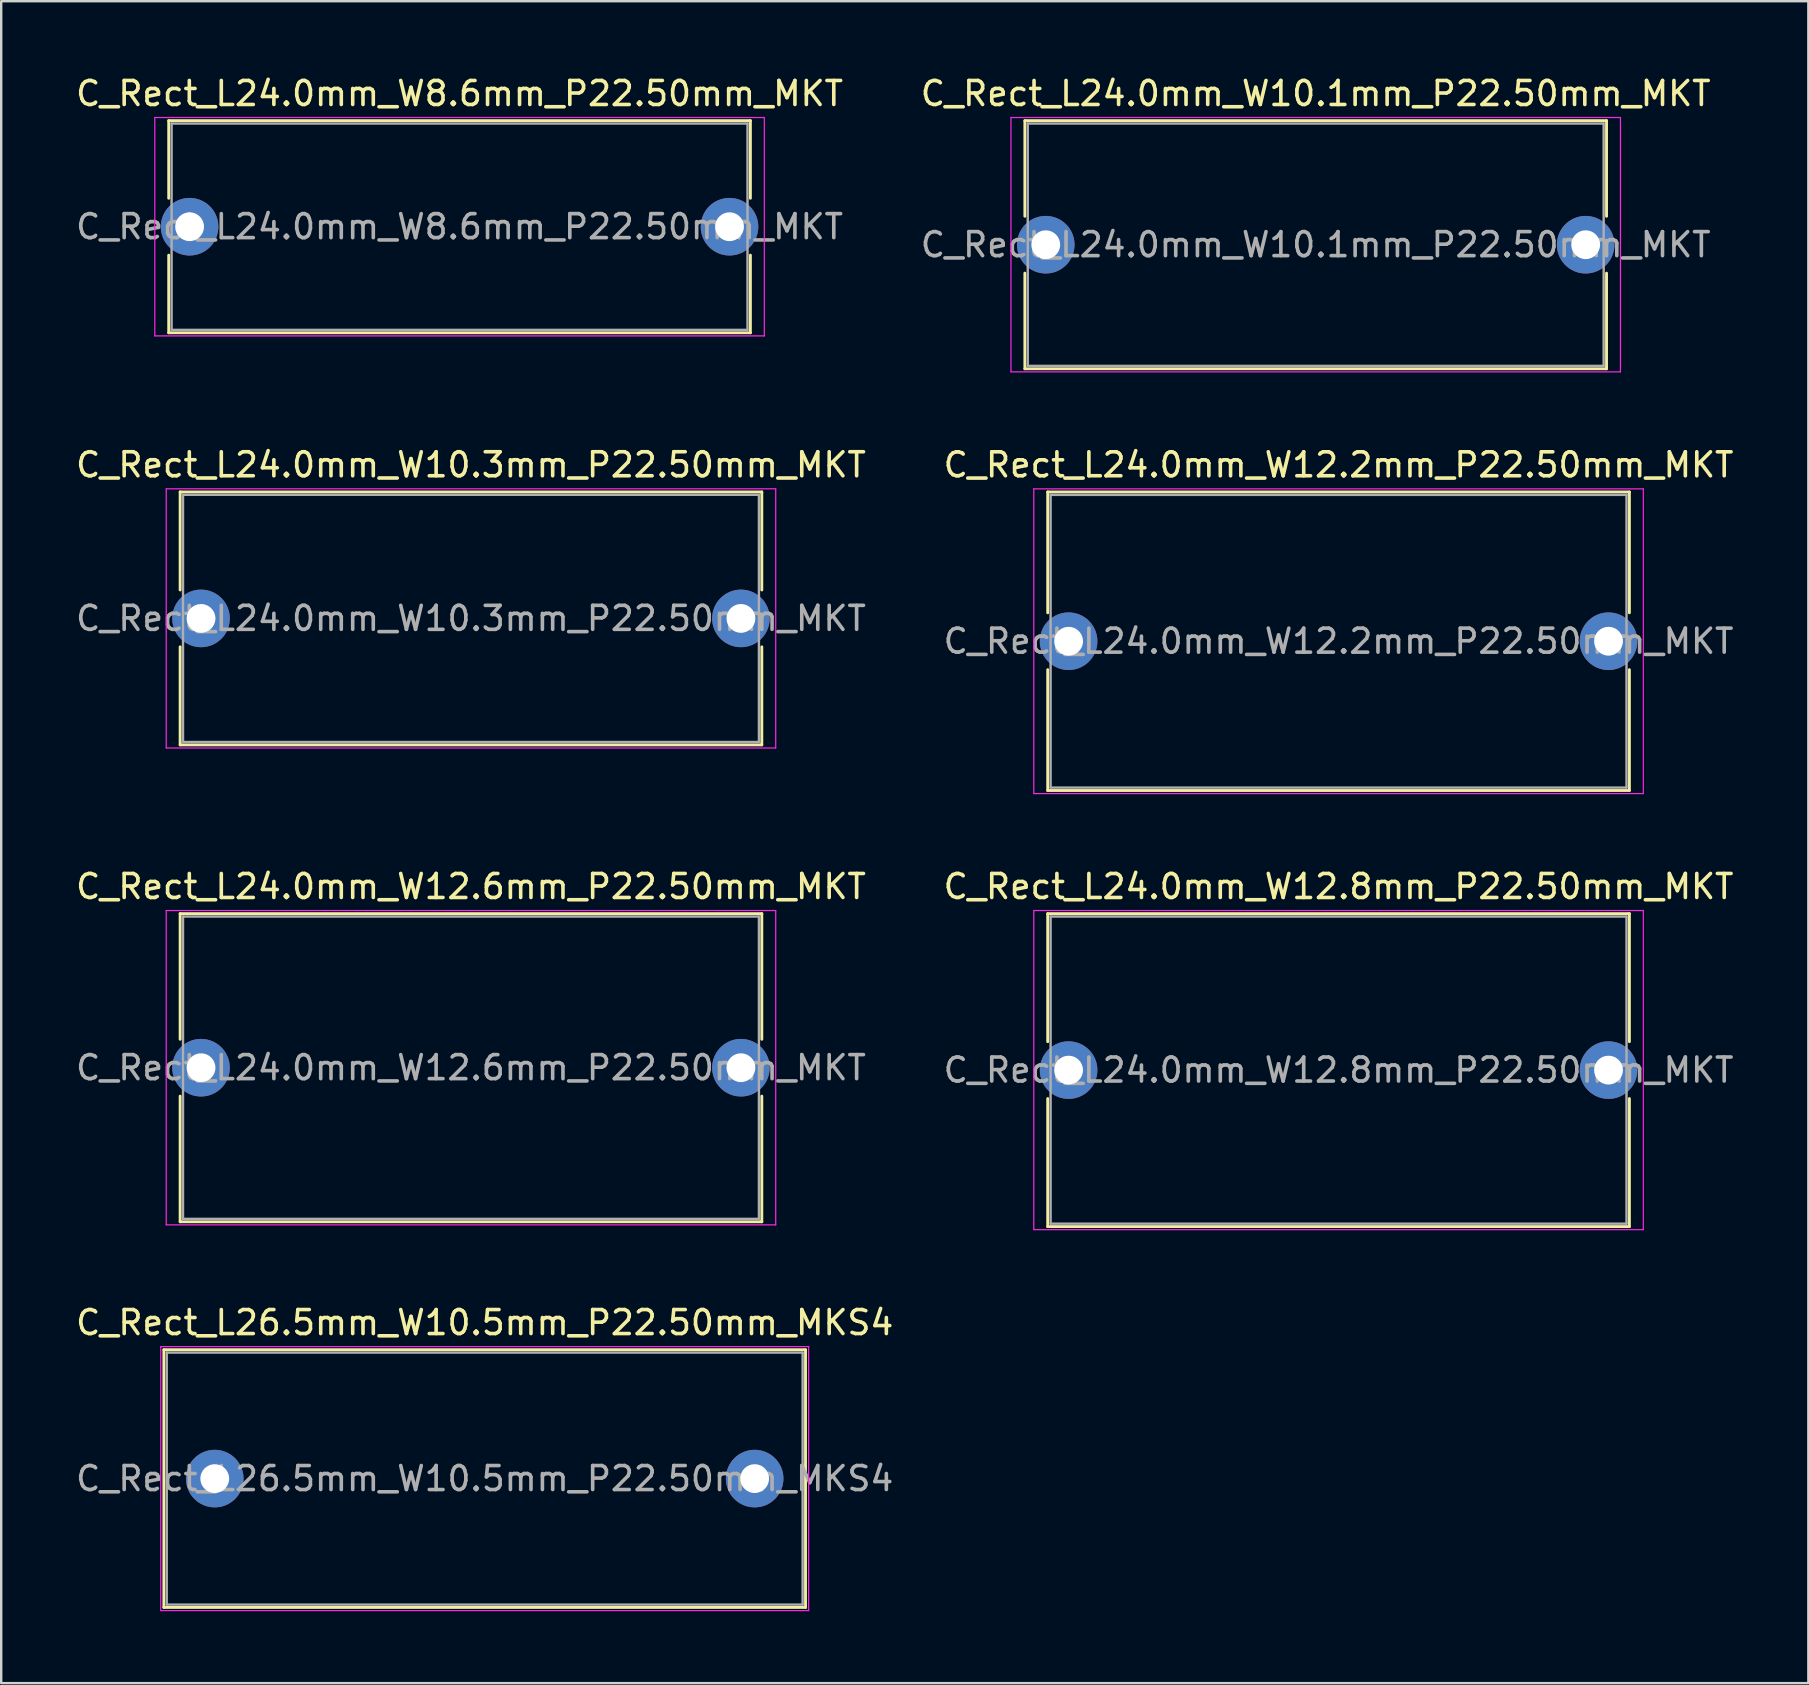
<source format=kicad_pcb>
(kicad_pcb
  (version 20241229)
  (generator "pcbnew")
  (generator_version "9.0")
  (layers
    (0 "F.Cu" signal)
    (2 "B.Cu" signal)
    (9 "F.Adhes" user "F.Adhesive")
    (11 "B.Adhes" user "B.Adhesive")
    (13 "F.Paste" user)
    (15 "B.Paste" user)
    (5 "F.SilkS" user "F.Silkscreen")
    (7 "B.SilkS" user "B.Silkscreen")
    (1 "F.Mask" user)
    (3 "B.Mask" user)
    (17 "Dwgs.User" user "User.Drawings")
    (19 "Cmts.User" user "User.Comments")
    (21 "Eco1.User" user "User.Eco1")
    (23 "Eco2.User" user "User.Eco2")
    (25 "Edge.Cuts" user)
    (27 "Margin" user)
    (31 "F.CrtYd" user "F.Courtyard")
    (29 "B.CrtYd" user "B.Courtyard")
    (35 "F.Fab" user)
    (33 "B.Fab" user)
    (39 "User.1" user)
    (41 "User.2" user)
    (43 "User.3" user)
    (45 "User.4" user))
  (footprint "C_Rect_L24.0mm_W12.2mm_P22.50mm_MKT"
    (layer "F.Cu")
    (at 41.482 23.672)
    (property "Reference" "C_Rect_L24.0mm_W12.2mm_P22.50mm_MKT" (at 11.25 -7.35 0) (layer "F.SilkS") (effects (font (size 1 1) (thickness 0.15))))
    (attr through_hole)
    (fp_line (start -0.87 -6.22) (end -0.87 -1.185) (stroke (width 0.12) (type solid)) (layer "F.SilkS"))
    (fp_line (start -0.87 -6.22) (end 23.37 -6.22) (stroke (width 0.12) (type solid)) (layer "F.SilkS"))
    (fp_line (start -0.87 1.185) (end -0.87 6.22) (stroke (width 0.12) (type solid)) (layer "F.SilkS"))
    (fp_line (start -0.87 6.22) (end 23.37 6.22) (stroke (width 0.12) (type solid)) (layer "F.SilkS"))
    (fp_line (start 23.37 -6.22) (end 23.37 -1.185) (stroke (width 0.12) (type solid)) (layer "F.SilkS"))
    (fp_line (start 23.37 1.185) (end 23.37 6.22) (stroke (width 0.12) (type solid)) (layer "F.SilkS"))
    (fp_line (start -1.45 -6.35) (end -1.45 6.35) (stroke (width 0.05) (type solid)) (layer "F.CrtYd"))
    (fp_line (start -1.45 6.35) (end 23.95 6.35) (stroke (width 0.05) (type solid)) (layer "F.CrtYd"))
    (fp_line (start 23.95 -6.35) (end -1.45 -6.35) (stroke (width 0.05) (type solid)) (layer "F.CrtYd"))
    (fp_line (start 23.95 6.35) (end 23.95 -6.35) (stroke (width 0.05) (type solid)) (layer "F.CrtYd"))
    (fp_line (start -0.75 -6.1) (end -0.75 6.1) (stroke (width 0.1) (type solid)) (layer "F.Fab"))
    (fp_line (start -0.75 6.1) (end 23.25 6.1) (stroke (width 0.1) (type solid)) (layer "F.Fab"))
    (fp_line (start 23.25 -6.1) (end -0.75 -6.1) (stroke (width 0.1) (type solid)) (layer "F.Fab"))
    (fp_line (start 23.25 6.1) (end 23.25 -6.1) (stroke (width 0.1) (type solid)) (layer "F.Fab"))
    (fp_text user "${REFERENCE}" (at 11.25 0 0) (layer "F.Fab") (effects (font (size 1 1) (thickness 0.15))))
    (pad "1" thru_hole circle (at 0 0) (size 2.4 2.4) (drill 1.2) (layers "*.Cu" "*.Mask"))
    (pad "2" thru_hole circle (at 22.5 0) (size 2.4 2.4) (drill 1.2) (layers "*.Cu" "*.Mask")))
  (footprint "C_Rect_L24.0mm_W10.1mm_P22.50mm_MKT"
    (layer "F.Cu")
    (at 40.53 7.148)
    (property "Reference" "C_Rect_L24.0mm_W10.1mm_P22.50mm_MKT" (at 11.25 -6.3 0) (layer "F.SilkS") (effects (font (size 1 1) (thickness 0.15))))
    (attr through_hole)
    (fp_line (start -0.87 -5.17) (end -0.87 -1.185) (stroke (width 0.12) (type solid)) (layer "F.SilkS"))
    (fp_line (start -0.87 -5.17) (end 23.37 -5.17) (stroke (width 0.12) (type solid)) (layer "F.SilkS"))
    (fp_line (start -0.87 1.185) (end -0.87 5.17) (stroke (width 0.12) (type solid)) (layer "F.SilkS"))
    (fp_line (start -0.87 5.17) (end 23.37 5.17) (stroke (width 0.12) (type solid)) (layer "F.SilkS"))
    (fp_line (start 23.37 -5.17) (end 23.37 -1.185) (stroke (width 0.12) (type solid)) (layer "F.SilkS"))
    (fp_line (start 23.37 1.185) (end 23.37 5.17) (stroke (width 0.12) (type solid)) (layer "F.SilkS"))
    (fp_line (start -1.45 -5.3) (end -1.45 5.3) (stroke (width 0.05) (type solid)) (layer "F.CrtYd"))
    (fp_line (start -1.45 5.3) (end 23.95 5.3) (stroke (width 0.05) (type solid)) (layer "F.CrtYd"))
    (fp_line (start 23.95 -5.3) (end -1.45 -5.3) (stroke (width 0.05) (type solid)) (layer "F.CrtYd"))
    (fp_line (start 23.95 5.3) (end 23.95 -5.3) (stroke (width 0.05) (type solid)) (layer "F.CrtYd"))
    (fp_line (start -0.75 -5.05) (end -0.75 5.05) (stroke (width 0.1) (type solid)) (layer "F.Fab"))
    (fp_line (start -0.75 5.05) (end 23.25 5.05) (stroke (width 0.1) (type solid)) (layer "F.Fab"))
    (fp_line (start 23.25 -5.05) (end -0.75 -5.05) (stroke (width 0.1) (type solid)) (layer "F.Fab"))
    (fp_line (start 23.25 5.05) (end 23.25 -5.05) (stroke (width 0.1) (type solid)) (layer "F.Fab"))
    (fp_text user "${REFERENCE}" (at 11.25 0 0) (layer "F.Fab") (effects (font (size 1 1) (thickness 0.15))))
    (pad "1" thru_hole circle (at 0 0) (size 2.4 2.4) (drill 1.2) (layers "*.Cu" "*.Mask"))
    (pad "2" thru_hole circle (at 22.5 0) (size 2.4 2.4) (drill 1.2) (layers "*.Cu" "*.Mask")))
  (footprint "C_Rect_L24.0mm_W12.8mm_P22.50mm_MKT"
    (layer "F.Cu")
    (at 41.482 41.545)
    (property "Reference" "C_Rect_L24.0mm_W12.8mm_P22.50mm_MKT" (at 11.25 -7.65 0) (layer "F.SilkS") (effects (font (size 1 1) (thickness 0.15))))
    (attr through_hole)
    (fp_line (start -0.87 -6.52) (end -0.87 -1.185) (stroke (width 0.12) (type solid)) (layer "F.SilkS"))
    (fp_line (start -0.87 -6.52) (end 23.37 -6.52) (stroke (width 0.12) (type solid)) (layer "F.SilkS"))
    (fp_line (start -0.87 1.185) (end -0.87 6.52) (stroke (width 0.12) (type solid)) (layer "F.SilkS"))
    (fp_line (start -0.87 6.52) (end 23.37 6.52) (stroke (width 0.12) (type solid)) (layer "F.SilkS"))
    (fp_line (start 23.37 -6.52) (end 23.37 -1.185) (stroke (width 0.12) (type solid)) (layer "F.SilkS"))
    (fp_line (start 23.37 1.185) (end 23.37 6.52) (stroke (width 0.12) (type solid)) (layer "F.SilkS"))
    (fp_line (start -1.45 -6.65) (end -1.45 6.65) (stroke (width 0.05) (type solid)) (layer "F.CrtYd"))
    (fp_line (start -1.45 6.65) (end 23.95 6.65) (stroke (width 0.05) (type solid)) (layer "F.CrtYd"))
    (fp_line (start 23.95 -6.65) (end -1.45 -6.65) (stroke (width 0.05) (type solid)) (layer "F.CrtYd"))
    (fp_line (start 23.95 6.65) (end 23.95 -6.65) (stroke (width 0.05) (type solid)) (layer "F.CrtYd"))
    (fp_line (start -0.75 -6.4) (end -0.75 6.4) (stroke (width 0.1) (type solid)) (layer "F.Fab"))
    (fp_line (start -0.75 6.4) (end 23.25 6.4) (stroke (width 0.1) (type solid)) (layer "F.Fab"))
    (fp_line (start 23.25 -6.4) (end -0.75 -6.4) (stroke (width 0.1) (type solid)) (layer "F.Fab"))
    (fp_line (start 23.25 6.4) (end 23.25 -6.4) (stroke (width 0.1) (type solid)) (layer "F.Fab"))
    (fp_text user "${REFERENCE}" (at 11.25 0 0) (layer "F.Fab") (effects (font (size 1 1) (thickness 0.15))))
    (pad "1" thru_hole circle (at 0 0) (size 2.4 2.4) (drill 1.2) (layers "*.Cu" "*.Mask"))
    (pad "2" thru_hole circle (at 22.5 0) (size 2.4 2.4) (drill 1.2) (layers "*.Cu" "*.Mask")))
  (footprint "C_Rect_L24.0mm_W12.6mm_P22.50mm_MKT"
    (layer "F.Cu")
    (at 5.327 41.445)
    (property "Reference" "C_Rect_L24.0mm_W12.6mm_P22.50mm_MKT" (at 11.25 -7.55 0) (layer "F.SilkS") (effects (font (size 1 1) (thickness 0.15))))
    (attr through_hole)
    (fp_line (start -0.87 -6.42) (end -0.87 -1.185) (stroke (width 0.12) (type solid)) (layer "F.SilkS"))
    (fp_line (start -0.87 -6.42) (end 23.37 -6.42) (stroke (width 0.12) (type solid)) (layer "F.SilkS"))
    (fp_line (start -0.87 1.185) (end -0.87 6.42) (stroke (width 0.12) (type solid)) (layer "F.SilkS"))
    (fp_line (start -0.87 6.42) (end 23.37 6.42) (stroke (width 0.12) (type solid)) (layer "F.SilkS"))
    (fp_line (start 23.37 -6.42) (end 23.37 -1.185) (stroke (width 0.12) (type solid)) (layer "F.SilkS"))
    (fp_line (start 23.37 1.185) (end 23.37 6.42) (stroke (width 0.12) (type solid)) (layer "F.SilkS"))
    (fp_line (start -1.45 -6.55) (end -1.45 6.55) (stroke (width 0.05) (type solid)) (layer "F.CrtYd"))
    (fp_line (start -1.45 6.55) (end 23.95 6.55) (stroke (width 0.05) (type solid)) (layer "F.CrtYd"))
    (fp_line (start 23.95 -6.55) (end -1.45 -6.55) (stroke (width 0.05) (type solid)) (layer "F.CrtYd"))
    (fp_line (start 23.95 6.55) (end 23.95 -6.55) (stroke (width 0.05) (type solid)) (layer "F.CrtYd"))
    (fp_line (start -0.75 -6.3) (end -0.75 6.3) (stroke (width 0.1) (type solid)) (layer "F.Fab"))
    (fp_line (start -0.75 6.3) (end 23.25 6.3) (stroke (width 0.1) (type solid)) (layer "F.Fab"))
    (fp_line (start 23.25 -6.3) (end -0.75 -6.3) (stroke (width 0.1) (type solid)) (layer "F.Fab"))
    (fp_line (start 23.25 6.3) (end 23.25 -6.3) (stroke (width 0.1) (type solid)) (layer "F.Fab"))
    (fp_text user "${REFERENCE}" (at 11.25 0 0) (layer "F.Fab") (effects (font (size 1 1) (thickness 0.15))))
    (pad "1" thru_hole circle (at 0 0) (size 2.4 2.4) (drill 1.2) (layers "*.Cu" "*.Mask"))
    (pad "2" thru_hole circle (at 22.5 0) (size 2.4 2.4) (drill 1.2) (layers "*.Cu" "*.Mask")))
  (footprint "C_Rect_L26.5mm_W10.5mm_P22.50mm_MKS4"
    (layer "F.Cu")
    (at 5.899 58.568)
    (property "Reference" "C_Rect_L26.5mm_W10.5mm_P22.50mm_MKS4" (at 11.25 -6.5 0) (layer "F.SilkS") (effects (font (size 1 1) (thickness 0.15))))
    (attr through_hole)
    (fp_line (start -2.12 -5.37) (end -2.12 5.37) (stroke (width 0.12) (type solid)) (layer "F.SilkS"))
    (fp_line (start -2.12 -5.37) (end 24.62 -5.37) (stroke (width 0.12) (type solid)) (layer "F.SilkS"))
    (fp_line (start -2.12 5.37) (end 24.62 5.37) (stroke (width 0.12) (type solid)) (layer "F.SilkS"))
    (fp_line (start 24.62 -5.37) (end 24.62 5.37) (stroke (width 0.12) (type solid)) (layer "F.SilkS"))
    (fp_line (start -2.25 -5.5) (end -2.25 5.5) (stroke (width 0.05) (type solid)) (layer "F.CrtYd"))
    (fp_line (start -2.25 5.5) (end 24.75 5.5) (stroke (width 0.05) (type solid)) (layer "F.CrtYd"))
    (fp_line (start 24.75 -5.5) (end -2.25 -5.5) (stroke (width 0.05) (type solid)) (layer "F.CrtYd"))
    (fp_line (start 24.75 5.5) (end 24.75 -5.5) (stroke (width 0.05) (type solid)) (layer "F.CrtYd"))
    (fp_line (start -2 -5.25) (end -2 5.25) (stroke (width 0.1) (type solid)) (layer "F.Fab"))
    (fp_line (start -2 5.25) (end 24.5 5.25) (stroke (width 0.1) (type solid)) (layer "F.Fab"))
    (fp_line (start 24.5 -5.25) (end -2 -5.25) (stroke (width 0.1) (type solid)) (layer "F.Fab"))
    (fp_line (start 24.5 5.25) (end 24.5 -5.25) (stroke (width 0.1) (type solid)) (layer "F.Fab"))
    (fp_text user "${REFERENCE}" (at 11.25 0 0) (layer "F.Fab") (effects (font (size 1 1) (thickness 0.15))))
    (pad "1" thru_hole circle (at 0 0) (size 2.4 2.4) (drill 1.2) (layers "*.Cu" "*.Mask"))
    (pad "2" thru_hole circle (at 22.5 0) (size 2.4 2.4) (drill 1.2) (layers "*.Cu" "*.Mask")))
  (footprint "C_Rect_L24.0mm_W10.3mm_P22.50mm_MKT"
    (layer "F.Cu")
    (at 5.327 22.721)
    (property "Reference" "C_Rect_L24.0mm_W10.3mm_P22.50mm_MKT" (at 11.25 -6.4 0) (layer "F.SilkS") (effects (font (size 1 1) (thickness 0.15))))
    (attr through_hole)
    (fp_line (start -0.87 -5.27) (end -0.87 -1.185) (stroke (width 0.12) (type solid)) (layer "F.SilkS"))
    (fp_line (start -0.87 -5.27) (end 23.37 -5.27) (stroke (width 0.12) (type solid)) (layer "F.SilkS"))
    (fp_line (start -0.87 1.185) (end -0.87 5.27) (stroke (width 0.12) (type solid)) (layer "F.SilkS"))
    (fp_line (start -0.87 5.27) (end 23.37 5.27) (stroke (width 0.12) (type solid)) (layer "F.SilkS"))
    (fp_line (start 23.37 -5.27) (end 23.37 -1.185) (stroke (width 0.12) (type solid)) (layer "F.SilkS"))
    (fp_line (start 23.37 1.185) (end 23.37 5.27) (stroke (width 0.12) (type solid)) (layer "F.SilkS"))
    (fp_line (start -1.45 -5.4) (end -1.45 5.4) (stroke (width 0.05) (type solid)) (layer "F.CrtYd"))
    (fp_line (start -1.45 5.4) (end 23.95 5.4) (stroke (width 0.05) (type solid)) (layer "F.CrtYd"))
    (fp_line (start 23.95 -5.4) (end -1.45 -5.4) (stroke (width 0.05) (type solid)) (layer "F.CrtYd"))
    (fp_line (start 23.95 5.4) (end 23.95 -5.4) (stroke (width 0.05) (type solid)) (layer "F.CrtYd"))
    (fp_line (start -0.75 -5.15) (end -0.75 5.15) (stroke (width 0.1) (type solid)) (layer "F.Fab"))
    (fp_line (start -0.75 5.15) (end 23.25 5.15) (stroke (width 0.1) (type solid)) (layer "F.Fab"))
    (fp_line (start 23.25 -5.15) (end -0.75 -5.15) (stroke (width 0.1) (type solid)) (layer "F.Fab"))
    (fp_line (start 23.25 5.15) (end 23.25 -5.15) (stroke (width 0.1) (type solid)) (layer "F.Fab"))
    (fp_text user "${REFERENCE}" (at 11.25 0 0) (layer "F.Fab") (effects (font (size 1 1) (thickness 0.15))))
    (pad "1" thru_hole circle (at 0 0) (size 2.4 2.4) (drill 1.2) (layers "*.Cu" "*.Mask"))
    (pad "2" thru_hole circle (at 22.5 0) (size 2.4 2.4) (drill 1.2) (layers "*.Cu" "*.Mask")))
  (footprint "C_Rect_L24.0mm_W8.6mm_P22.50mm_MKT"
    (layer "F.Cu")
    (at 4.851 6.398)
    (property "Reference" "C_Rect_L24.0mm_W8.6mm_P22.50mm_MKT" (at 11.25 -5.55 0) (layer "F.SilkS") (effects (font (size 1 1) (thickness 0.15))))
    (attr through_hole)
    (fp_line (start -0.87 -4.42) (end -0.87 -1.185) (stroke (width 0.12) (type solid)) (layer "F.SilkS"))
    (fp_line (start -0.87 -4.42) (end 23.37 -4.42) (stroke (width 0.12) (type solid)) (layer "F.SilkS"))
    (fp_line (start -0.87 1.185) (end -0.87 4.42) (stroke (width 0.12) (type solid)) (layer "F.SilkS"))
    (fp_line (start -0.87 4.42) (end 23.37 4.42) (stroke (width 0.12) (type solid)) (layer "F.SilkS"))
    (fp_line (start 23.37 -4.42) (end 23.37 -1.185) (stroke (width 0.12) (type solid)) (layer "F.SilkS"))
    (fp_line (start 23.37 1.185) (end 23.37 4.42) (stroke (width 0.12) (type solid)) (layer "F.SilkS"))
    (fp_line (start -1.45 -4.55) (end -1.45 4.55) (stroke (width 0.05) (type solid)) (layer "F.CrtYd"))
    (fp_line (start -1.45 4.55) (end 23.95 4.55) (stroke (width 0.05) (type solid)) (layer "F.CrtYd"))
    (fp_line (start 23.95 -4.55) (end -1.45 -4.55) (stroke (width 0.05) (type solid)) (layer "F.CrtYd"))
    (fp_line (start 23.95 4.55) (end 23.95 -4.55) (stroke (width 0.05) (type solid)) (layer "F.CrtYd"))
    (fp_line (start -0.75 -4.3) (end -0.75 4.3) (stroke (width 0.1) (type solid)) (layer "F.Fab"))
    (fp_line (start -0.75 4.3) (end 23.25 4.3) (stroke (width 0.1) (type solid)) (layer "F.Fab"))
    (fp_line (start 23.25 -4.3) (end -0.75 -4.3) (stroke (width 0.1) (type solid)) (layer "F.Fab"))
    (fp_line (start 23.25 4.3) (end 23.25 -4.3) (stroke (width 0.1) (type solid)) (layer "F.Fab"))
    (fp_text user "${REFERENCE}" (at 11.25 0 0) (layer "F.Fab") (effects (font (size 1 1) (thickness 0.15))))
    (pad "1" thru_hole circle (at 0 0) (size 2.4 2.4) (drill 1.2) (layers "*.Cu" "*.Mask"))
    (pad "2" thru_hole circle (at 22.5 0) (size 2.4 2.4) (drill 1.2) (layers "*.Cu" "*.Mask")))
  (gr_rect
    (start -3 -3)
    (end 72.31 67.093)
    (stroke (width 0.1) (type default))
    (fill no)
    (layer "Edge.Cuts")))
</source>
